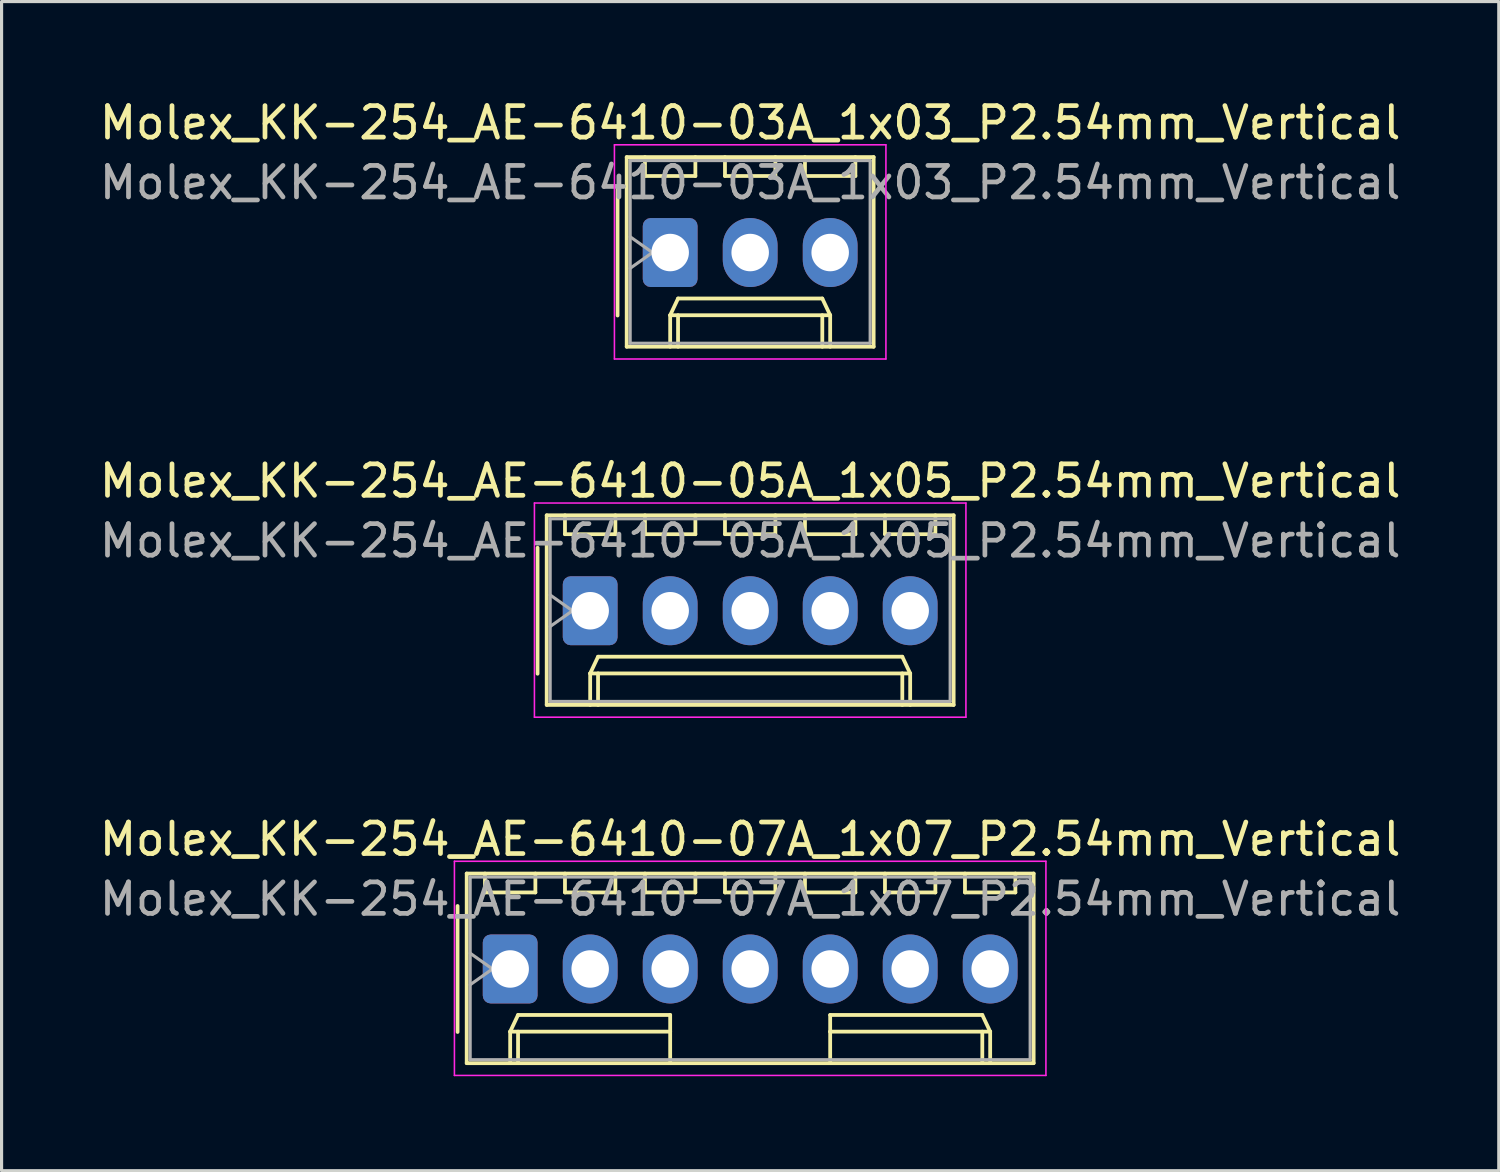
<source format=kicad_pcb>
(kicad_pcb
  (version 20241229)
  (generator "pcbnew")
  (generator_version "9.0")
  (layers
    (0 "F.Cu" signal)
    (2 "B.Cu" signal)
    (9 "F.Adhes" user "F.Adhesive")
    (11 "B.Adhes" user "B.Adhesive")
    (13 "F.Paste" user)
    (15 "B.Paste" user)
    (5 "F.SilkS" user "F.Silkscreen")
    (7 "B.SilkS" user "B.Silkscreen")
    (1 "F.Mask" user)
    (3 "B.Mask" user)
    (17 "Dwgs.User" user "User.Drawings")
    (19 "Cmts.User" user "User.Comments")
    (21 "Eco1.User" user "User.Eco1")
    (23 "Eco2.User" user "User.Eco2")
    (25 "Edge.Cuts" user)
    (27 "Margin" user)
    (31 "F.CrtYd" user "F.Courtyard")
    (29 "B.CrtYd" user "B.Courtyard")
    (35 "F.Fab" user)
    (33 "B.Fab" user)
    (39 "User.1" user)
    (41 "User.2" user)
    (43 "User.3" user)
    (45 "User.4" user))
  (footprint "Molex_KK-254_AE-6410-03A_1x03_P2.54mm_Vertical"
    (layer "F.Cu")
    (at 18.228 4.968)
    (property "Reference" "Molex_KK-254_AE-6410-03A_1x03_P2.54mm_Vertical" (at 2.54 -4.12 0) (layer "F.SilkS") (effects (font (size 1 1) (thickness 0.15))))
    (attr through_hole)
    (fp_line (start -1.67 -2) (end -1.67 2) (stroke (width 0.12) (type solid)) (layer "F.SilkS"))
    (fp_line (start -1.38 -3.03) (end -1.38 2.99) (stroke (width 0.12) (type solid)) (layer "F.SilkS"))
    (fp_line (start -1.38 2.99) (end 6.46 2.99) (stroke (width 0.12) (type solid)) (layer "F.SilkS"))
    (fp_line (start -0.8 -3.03) (end -0.8 -2.43) (stroke (width 0.12) (type solid)) (layer "F.SilkS"))
    (fp_line (start -0.8 -2.43) (end 0.8 -2.43) (stroke (width 0.12) (type solid)) (layer "F.SilkS"))
    (fp_line (start 0 1.99) (end 0.25 1.46) (stroke (width 0.12) (type solid)) (layer "F.SilkS"))
    (fp_line (start 0 1.99) (end 5.08 1.99) (stroke (width 0.12) (type solid)) (layer "F.SilkS"))
    (fp_line (start 0 2.99) (end 0 1.99) (stroke (width 0.12) (type solid)) (layer "F.SilkS"))
    (fp_line (start 0.25 1.46) (end 4.83 1.46) (stroke (width 0.12) (type solid)) (layer "F.SilkS"))
    (fp_line (start 0.25 2.99) (end 0.25 1.99) (stroke (width 0.12) (type solid)) (layer "F.SilkS"))
    (fp_line (start 0.8 -2.43) (end 0.8 -3.03) (stroke (width 0.12) (type solid)) (layer "F.SilkS"))
    (fp_line (start 1.74 -3.03) (end 1.74 -2.43) (stroke (width 0.12) (type solid)) (layer "F.SilkS"))
    (fp_line (start 1.74 -2.43) (end 3.34 -2.43) (stroke (width 0.12) (type solid)) (layer "F.SilkS"))
    (fp_line (start 3.34 -2.43) (end 3.34 -3.03) (stroke (width 0.12) (type solid)) (layer "F.SilkS"))
    (fp_line (start 4.28 -3.03) (end 4.28 -2.43) (stroke (width 0.12) (type solid)) (layer "F.SilkS"))
    (fp_line (start 4.28 -2.43) (end 5.88 -2.43) (stroke (width 0.12) (type solid)) (layer "F.SilkS"))
    (fp_line (start 4.83 1.46) (end 5.08 1.99) (stroke (width 0.12) (type solid)) (layer "F.SilkS"))
    (fp_line (start 4.83 2.99) (end 4.83 1.99) (stroke (width 0.12) (type solid)) (layer "F.SilkS"))
    (fp_line (start 5.08 1.99) (end 5.08 2.99) (stroke (width 0.12) (type solid)) (layer "F.SilkS"))
    (fp_line (start 5.88 -2.43) (end 5.88 -3.03) (stroke (width 0.12) (type solid)) (layer "F.SilkS"))
    (fp_line (start 6.46 -3.03) (end -1.38 -3.03) (stroke (width 0.12) (type solid)) (layer "F.SilkS"))
    (fp_line (start 6.46 2.99) (end 6.46 -3.03) (stroke (width 0.12) (type solid)) (layer "F.SilkS"))
    (fp_line (start -1.77 -3.42) (end -1.77 3.38) (stroke (width 0.05) (type solid)) (layer "F.CrtYd"))
    (fp_line (start -1.77 3.38) (end 6.85 3.38) (stroke (width 0.05) (type solid)) (layer "F.CrtYd"))
    (fp_line (start 6.85 -3.42) (end -1.77 -3.42) (stroke (width 0.05) (type solid)) (layer "F.CrtYd"))
    (fp_line (start 6.85 3.38) (end 6.85 -3.42) (stroke (width 0.05) (type solid)) (layer "F.CrtYd"))
    (fp_line (start -1.27 -2.92) (end -1.27 2.88) (stroke (width 0.1) (type solid)) (layer "F.Fab"))
    (fp_line (start -1.27 -0.5) (end -0.563 0) (stroke (width 0.1) (type solid)) (layer "F.Fab"))
    (fp_line (start -1.27 2.88) (end 6.35 2.88) (stroke (width 0.1) (type solid)) (layer "F.Fab"))
    (fp_line (start -0.563 0) (end -1.27 0.5) (stroke (width 0.1) (type solid)) (layer "F.Fab"))
    (fp_line (start 6.35 -2.92) (end -1.27 -2.92) (stroke (width 0.1) (type solid)) (layer "F.Fab"))
    (fp_line (start 6.35 2.88) (end 6.35 -2.92) (stroke (width 0.1) (type solid)) (layer "F.Fab"))
    (fp_text user "${REFERENCE}" (at 2.54 -2.22 0) (layer "F.Fab") (effects (font (size 1 1) (thickness 0.15))))
    (pad "1" thru_hole roundrect (at 0 0) (size 1.74 2.19) (drill 1.19) (layers "*.Cu" "*.Mask") (roundrect_rratio 0.144))
    (pad "2" thru_hole oval (at 2.54 0) (size 1.74 2.19) (drill 1.19) (layers "*.Cu" "*.Mask"))
    (pad "3" thru_hole oval (at 5.08 0) (size 1.74 2.19) (drill 1.19) (layers "*.Cu" "*.Mask")))
  (footprint "Molex_KK-254_AE-6410-07A_1x07_P2.54mm_Vertical"
    (layer "F.Cu")
    (at 13.148 27.715)
    (property "Reference" "Molex_KK-254_AE-6410-07A_1x07_P2.54mm_Vertical" (at 7.62 -4.12 0) (layer "F.SilkS") (effects (font (size 1 1) (thickness 0.15))))
    (attr through_hole)
    (fp_line (start -1.67 -2) (end -1.67 2) (stroke (width 0.12) (type solid)) (layer "F.SilkS"))
    (fp_line (start -1.38 -3.03) (end -1.38 2.99) (stroke (width 0.12) (type solid)) (layer "F.SilkS"))
    (fp_line (start -1.38 2.99) (end 16.62 2.99) (stroke (width 0.12) (type solid)) (layer "F.SilkS"))
    (fp_line (start -0.8 -3.03) (end -0.8 -2.43) (stroke (width 0.12) (type solid)) (layer "F.SilkS"))
    (fp_line (start -0.8 -2.43) (end 0.8 -2.43) (stroke (width 0.12) (type solid)) (layer "F.SilkS"))
    (fp_line (start 0 1.99) (end 0.25 1.46) (stroke (width 0.12) (type solid)) (layer "F.SilkS"))
    (fp_line (start 0 1.99) (end 5.08 1.99) (stroke (width 0.12) (type solid)) (layer "F.SilkS"))
    (fp_line (start 0 2.99) (end 0 1.99) (stroke (width 0.12) (type solid)) (layer "F.SilkS"))
    (fp_line (start 0.25 1.46) (end 5.08 1.46) (stroke (width 0.12) (type solid)) (layer "F.SilkS"))
    (fp_line (start 0.25 2.99) (end 0.25 1.99) (stroke (width 0.12) (type solid)) (layer "F.SilkS"))
    (fp_line (start 0.8 -2.43) (end 0.8 -3.03) (stroke (width 0.12) (type solid)) (layer "F.SilkS"))
    (fp_line (start 1.74 -3.03) (end 1.74 -2.43) (stroke (width 0.12) (type solid)) (layer "F.SilkS"))
    (fp_line (start 1.74 -2.43) (end 3.34 -2.43) (stroke (width 0.12) (type solid)) (layer "F.SilkS"))
    (fp_line (start 3.34 -2.43) (end 3.34 -3.03) (stroke (width 0.12) (type solid)) (layer "F.SilkS"))
    (fp_line (start 4.28 -3.03) (end 4.28 -2.43) (stroke (width 0.12) (type solid)) (layer "F.SilkS"))
    (fp_line (start 4.28 -2.43) (end 5.88 -2.43) (stroke (width 0.12) (type solid)) (layer "F.SilkS"))
    (fp_line (start 5.08 1.46) (end 5.08 1.99) (stroke (width 0.12) (type solid)) (layer "F.SilkS"))
    (fp_line (start 5.08 1.99) (end 5.08 2.99) (stroke (width 0.12) (type solid)) (layer "F.SilkS"))
    (fp_line (start 5.88 -2.43) (end 5.88 -3.03) (stroke (width 0.12) (type solid)) (layer "F.SilkS"))
    (fp_line (start 6.82 -3.03) (end 6.82 -2.43) (stroke (width 0.12) (type solid)) (layer "F.SilkS"))
    (fp_line (start 6.82 -2.43) (end 8.42 -2.43) (stroke (width 0.12) (type solid)) (layer "F.SilkS"))
    (fp_line (start 8.42 -2.43) (end 8.42 -3.03) (stroke (width 0.12) (type solid)) (layer "F.SilkS"))
    (fp_line (start 9.36 -3.03) (end 9.36 -2.43) (stroke (width 0.12) (type solid)) (layer "F.SilkS"))
    (fp_line (start 9.36 -2.43) (end 10.96 -2.43) (stroke (width 0.12) (type solid)) (layer "F.SilkS"))
    (fp_line (start 10.16 1.46) (end 10.16 1.99) (stroke (width 0.12) (type solid)) (layer "F.SilkS"))
    (fp_line (start 10.16 1.99) (end 10.16 2.99) (stroke (width 0.12) (type solid)) (layer "F.SilkS"))
    (fp_line (start 10.96 -2.43) (end 10.96 -3.03) (stroke (width 0.12) (type solid)) (layer "F.SilkS"))
    (fp_line (start 11.9 -3.03) (end 11.9 -2.43) (stroke (width 0.12) (type solid)) (layer "F.SilkS"))
    (fp_line (start 11.9 -2.43) (end 13.5 -2.43) (stroke (width 0.12) (type solid)) (layer "F.SilkS"))
    (fp_line (start 13.5 -2.43) (end 13.5 -3.03) (stroke (width 0.12) (type solid)) (layer "F.SilkS"))
    (fp_line (start 14.44 -3.03) (end 14.44 -2.43) (stroke (width 0.12) (type solid)) (layer "F.SilkS"))
    (fp_line (start 14.44 -2.43) (end 16.04 -2.43) (stroke (width 0.12) (type solid)) (layer "F.SilkS"))
    (fp_line (start 14.99 1.46) (end 10.16 1.46) (stroke (width 0.12) (type solid)) (layer "F.SilkS"))
    (fp_line (start 14.99 2.99) (end 14.99 1.99) (stroke (width 0.12) (type solid)) (layer "F.SilkS"))
    (fp_line (start 15.24 1.99) (end 10.16 1.99) (stroke (width 0.12) (type solid)) (layer "F.SilkS"))
    (fp_line (start 15.24 1.99) (end 14.99 1.46) (stroke (width 0.12) (type solid)) (layer "F.SilkS"))
    (fp_line (start 15.24 2.99) (end 15.24 1.99) (stroke (width 0.12) (type solid)) (layer "F.SilkS"))
    (fp_line (start 16.04 -2.43) (end 16.04 -3.03) (stroke (width 0.12) (type solid)) (layer "F.SilkS"))
    (fp_line (start 16.62 -3.03) (end -1.38 -3.03) (stroke (width 0.12) (type solid)) (layer "F.SilkS"))
    (fp_line (start 16.62 2.99) (end 16.62 -3.03) (stroke (width 0.12) (type solid)) (layer "F.SilkS"))
    (fp_line (start -1.77 -3.42) (end -1.77 3.38) (stroke (width 0.05) (type solid)) (layer "F.CrtYd"))
    (fp_line (start -1.77 3.38) (end 17.01 3.38) (stroke (width 0.05) (type solid)) (layer "F.CrtYd"))
    (fp_line (start 17.01 -3.42) (end -1.77 -3.42) (stroke (width 0.05) (type solid)) (layer "F.CrtYd"))
    (fp_line (start 17.01 3.38) (end 17.01 -3.42) (stroke (width 0.05) (type solid)) (layer "F.CrtYd"))
    (fp_line (start -1.27 -2.92) (end -1.27 2.88) (stroke (width 0.1) (type solid)) (layer "F.Fab"))
    (fp_line (start -1.27 -0.5) (end -0.563 0) (stroke (width 0.1) (type solid)) (layer "F.Fab"))
    (fp_line (start -1.27 2.88) (end 16.51 2.88) (stroke (width 0.1) (type solid)) (layer "F.Fab"))
    (fp_line (start -0.563 0) (end -1.27 0.5) (stroke (width 0.1) (type solid)) (layer "F.Fab"))
    (fp_line (start 16.51 -2.92) (end -1.27 -2.92) (stroke (width 0.1) (type solid)) (layer "F.Fab"))
    (fp_line (start 16.51 2.88) (end 16.51 -2.92) (stroke (width 0.1) (type solid)) (layer "F.Fab"))
    (fp_text user "${REFERENCE}" (at 7.62 -2.22 0) (layer "F.Fab") (effects (font (size 1 1) (thickness 0.15))))
    (pad "1" thru_hole roundrect (at 0 0) (size 1.74 2.19) (drill 1.19) (layers "*.Cu" "*.Mask") (roundrect_rratio 0.144))
    (pad "2" thru_hole oval (at 2.54 0) (size 1.74 2.19) (drill 1.19) (layers "*.Cu" "*.Mask"))
    (pad "3" thru_hole oval (at 5.08 0) (size 1.74 2.19) (drill 1.19) (layers "*.Cu" "*.Mask"))
    (pad "4" thru_hole oval (at 7.62 0) (size 1.74 2.19) (drill 1.19) (layers "*.Cu" "*.Mask"))
    (pad "5" thru_hole oval (at 10.16 0) (size 1.74 2.19) (drill 1.19) (layers "*.Cu" "*.Mask"))
    (pad "6" thru_hole oval (at 12.7 0) (size 1.74 2.19) (drill 1.19) (layers "*.Cu" "*.Mask"))
    (pad "7" thru_hole oval (at 15.24 0) (size 1.74 2.19) (drill 1.19) (layers "*.Cu" "*.Mask")))
  (footprint "Molex_KK-254_AE-6410-05A_1x05_P2.54mm_Vertical"
    (layer "F.Cu")
    (at 15.688 16.341)
    (property "Reference" "Molex_KK-254_AE-6410-05A_1x05_P2.54mm_Vertical" (at 5.08 -4.12 0) (layer "F.SilkS") (effects (font (size 1 1) (thickness 0.15))))
    (attr through_hole)
    (fp_line (start -1.67 -2) (end -1.67 2) (stroke (width 0.12) (type solid)) (layer "F.SilkS"))
    (fp_line (start -1.38 -3.03) (end -1.38 2.99) (stroke (width 0.12) (type solid)) (layer "F.SilkS"))
    (fp_line (start -1.38 2.99) (end 11.54 2.99) (stroke (width 0.12) (type solid)) (layer "F.SilkS"))
    (fp_line (start -0.8 -3.03) (end -0.8 -2.43) (stroke (width 0.12) (type solid)) (layer "F.SilkS"))
    (fp_line (start -0.8 -2.43) (end 0.8 -2.43) (stroke (width 0.12) (type solid)) (layer "F.SilkS"))
    (fp_line (start 0 1.99) (end 0.25 1.46) (stroke (width 0.12) (type solid)) (layer "F.SilkS"))
    (fp_line (start 0 1.99) (end 10.16 1.99) (stroke (width 0.12) (type solid)) (layer "F.SilkS"))
    (fp_line (start 0 2.99) (end 0 1.99) (stroke (width 0.12) (type solid)) (layer "F.SilkS"))
    (fp_line (start 0.25 1.46) (end 9.91 1.46) (stroke (width 0.12) (type solid)) (layer "F.SilkS"))
    (fp_line (start 0.25 2.99) (end 0.25 1.99) (stroke (width 0.12) (type solid)) (layer "F.SilkS"))
    (fp_line (start 0.8 -2.43) (end 0.8 -3.03) (stroke (width 0.12) (type solid)) (layer "F.SilkS"))
    (fp_line (start 1.74 -3.03) (end 1.74 -2.43) (stroke (width 0.12) (type solid)) (layer "F.SilkS"))
    (fp_line (start 1.74 -2.43) (end 3.34 -2.43) (stroke (width 0.12) (type solid)) (layer "F.SilkS"))
    (fp_line (start 3.34 -2.43) (end 3.34 -3.03) (stroke (width 0.12) (type solid)) (layer "F.SilkS"))
    (fp_line (start 4.28 -3.03) (end 4.28 -2.43) (stroke (width 0.12) (type solid)) (layer "F.SilkS"))
    (fp_line (start 4.28 -2.43) (end 5.88 -2.43) (stroke (width 0.12) (type solid)) (layer "F.SilkS"))
    (fp_line (start 5.88 -2.43) (end 5.88 -3.03) (stroke (width 0.12) (type solid)) (layer "F.SilkS"))
    (fp_line (start 6.82 -3.03) (end 6.82 -2.43) (stroke (width 0.12) (type solid)) (layer "F.SilkS"))
    (fp_line (start 6.82 -2.43) (end 8.42 -2.43) (stroke (width 0.12) (type solid)) (layer "F.SilkS"))
    (fp_line (start 8.42 -2.43) (end 8.42 -3.03) (stroke (width 0.12) (type solid)) (layer "F.SilkS"))
    (fp_line (start 9.36 -3.03) (end 9.36 -2.43) (stroke (width 0.12) (type solid)) (layer "F.SilkS"))
    (fp_line (start 9.36 -2.43) (end 10.96 -2.43) (stroke (width 0.12) (type solid)) (layer "F.SilkS"))
    (fp_line (start 9.91 1.46) (end 10.16 1.99) (stroke (width 0.12) (type solid)) (layer "F.SilkS"))
    (fp_line (start 9.91 2.99) (end 9.91 1.99) (stroke (width 0.12) (type solid)) (layer "F.SilkS"))
    (fp_line (start 10.16 1.99) (end 10.16 2.99) (stroke (width 0.12) (type solid)) (layer "F.SilkS"))
    (fp_line (start 10.96 -2.43) (end 10.96 -3.03) (stroke (width 0.12) (type solid)) (layer "F.SilkS"))
    (fp_line (start 11.54 -3.03) (end -1.38 -3.03) (stroke (width 0.12) (type solid)) (layer "F.SilkS"))
    (fp_line (start 11.54 2.99) (end 11.54 -3.03) (stroke (width 0.12) (type solid)) (layer "F.SilkS"))
    (fp_line (start -1.77 -3.42) (end -1.77 3.38) (stroke (width 0.05) (type solid)) (layer "F.CrtYd"))
    (fp_line (start -1.77 3.38) (end 11.93 3.38) (stroke (width 0.05) (type solid)) (layer "F.CrtYd"))
    (fp_line (start 11.93 -3.42) (end -1.77 -3.42) (stroke (width 0.05) (type solid)) (layer "F.CrtYd"))
    (fp_line (start 11.93 3.38) (end 11.93 -3.42) (stroke (width 0.05) (type solid)) (layer "F.CrtYd"))
    (fp_line (start -1.27 -2.92) (end -1.27 2.88) (stroke (width 0.1) (type solid)) (layer "F.Fab"))
    (fp_line (start -1.27 -0.5) (end -0.563 0) (stroke (width 0.1) (type solid)) (layer "F.Fab"))
    (fp_line (start -1.27 2.88) (end 11.43 2.88) (stroke (width 0.1) (type solid)) (layer "F.Fab"))
    (fp_line (start -0.563 0) (end -1.27 0.5) (stroke (width 0.1) (type solid)) (layer "F.Fab"))
    (fp_line (start 11.43 -2.92) (end -1.27 -2.92) (stroke (width 0.1) (type solid)) (layer "F.Fab"))
    (fp_line (start 11.43 2.88) (end 11.43 -2.92) (stroke (width 0.1) (type solid)) (layer "F.Fab"))
    (fp_text user "${REFERENCE}" (at 5.08 -2.22 0) (layer "F.Fab") (effects (font (size 1 1) (thickness 0.15))))
    (pad "1" thru_hole roundrect (at 0 0) (size 1.74 2.19) (drill 1.19) (layers "*.Cu" "*.Mask") (roundrect_rratio 0.144))
    (pad "2" thru_hole oval (at 2.54 0) (size 1.74 2.19) (drill 1.19) (layers "*.Cu" "*.Mask"))
    (pad "3" thru_hole oval (at 5.08 0) (size 1.74 2.19) (drill 1.19) (layers "*.Cu" "*.Mask"))
    (pad "4" thru_hole oval (at 7.62 0) (size 1.74 2.19) (drill 1.19) (layers "*.Cu" "*.Mask"))
    (pad "5" thru_hole oval (at 10.16 0) (size 1.74 2.19) (drill 1.19) (layers "*.Cu" "*.Mask")))
  (gr_rect
    (start -3 -3)
    (end 44.536 34.12)
    (stroke (width 0.1) (type default))
    (fill no)
    (layer "Edge.Cuts")))
</source>
